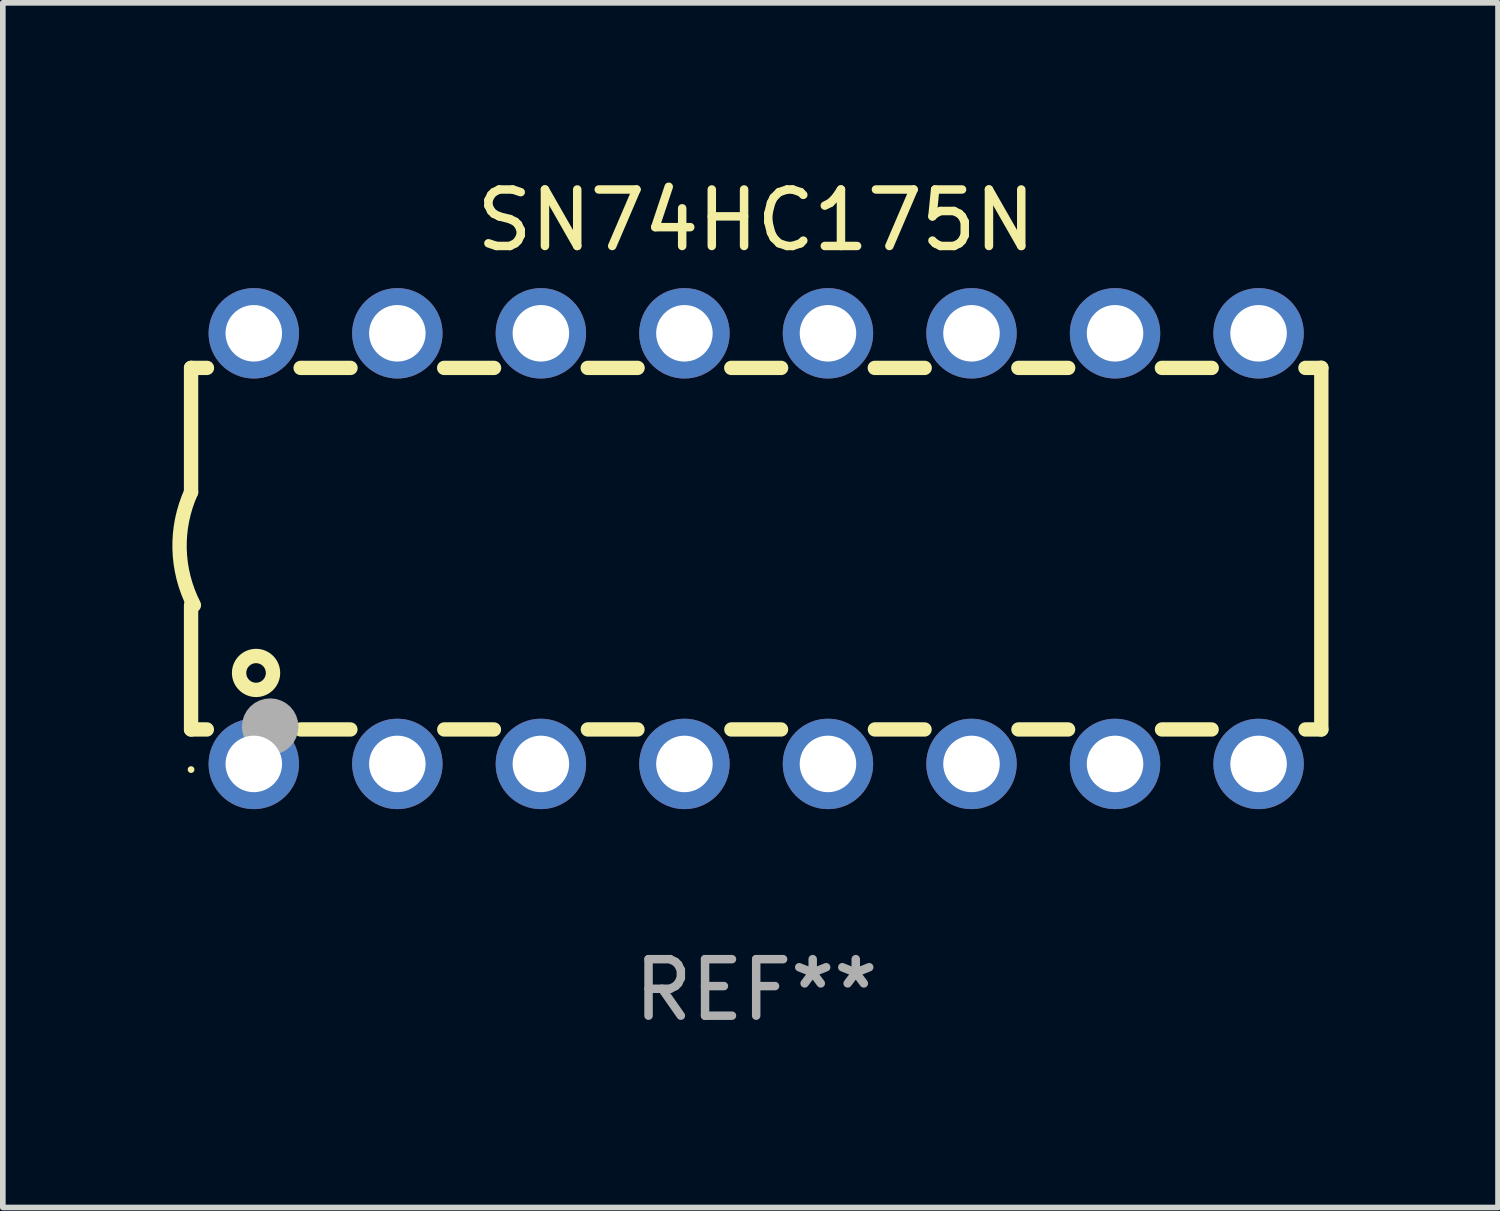
<source format=kicad_pcb>
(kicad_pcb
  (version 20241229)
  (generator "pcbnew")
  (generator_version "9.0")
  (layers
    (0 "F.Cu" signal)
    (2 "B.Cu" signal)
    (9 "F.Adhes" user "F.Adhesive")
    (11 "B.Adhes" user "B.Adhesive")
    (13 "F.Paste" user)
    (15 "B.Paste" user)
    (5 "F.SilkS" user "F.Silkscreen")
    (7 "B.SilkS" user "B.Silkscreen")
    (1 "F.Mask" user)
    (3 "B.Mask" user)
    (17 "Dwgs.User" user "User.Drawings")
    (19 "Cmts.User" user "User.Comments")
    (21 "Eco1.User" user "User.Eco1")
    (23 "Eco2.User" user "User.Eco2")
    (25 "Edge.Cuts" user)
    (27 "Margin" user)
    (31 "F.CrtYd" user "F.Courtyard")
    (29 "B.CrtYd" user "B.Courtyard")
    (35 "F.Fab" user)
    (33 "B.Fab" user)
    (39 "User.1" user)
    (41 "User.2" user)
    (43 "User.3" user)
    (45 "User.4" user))
  (footprint "SN74HC175N"
    (layer "F.Cu")
    (at 10.331 6.658)
    (property "Reference" "SN74HC175N" (at 0 -5.81 0) (layer "F.SilkS") (effects (font (size 1 1) (thickness 0.15))))
    (attr through_hole)
    (fp_line (start -10 -3.198) (end -9.719 -3.198) (stroke (width 0.254) (type solid)) (layer "F.SilkS"))
    (fp_line (start -10 -0.998) (end -10 -3.198) (stroke (width 0.254) (type solid)) (layer "F.SilkS"))
    (fp_line (start -10 3.2) (end -10 1) (stroke (width 0.254) (type solid)) (layer "F.SilkS"))
    (fp_line (start -10 3.2) (end -9.721 3.2) (stroke (width 0.254) (type solid)) (layer "F.SilkS"))
    (fp_line (start -8.061 -3.198) (end -7.179 -3.198) (stroke (width 0.254) (type solid)) (layer "F.SilkS"))
    (fp_line (start -8.059 3.2) (end -7.181 3.2) (stroke (width 0.254) (type solid)) (layer "F.SilkS"))
    (fp_line (start -5.521 -3.198) (end -4.639 -3.198) (stroke (width 0.254) (type solid)) (layer "F.SilkS"))
    (fp_line (start -5.519 3.2) (end -4.641 3.2) (stroke (width 0.254) (type solid)) (layer "F.SilkS"))
    (fp_line (start -2.981 -3.198) (end -2.099 -3.198) (stroke (width 0.254) (type solid)) (layer "F.SilkS"))
    (fp_line (start -2.979 3.2) (end -2.101 3.2) (stroke (width 0.254) (type solid)) (layer "F.SilkS"))
    (fp_line (start -0.441 -3.198) (end 0.441 -3.198) (stroke (width 0.254) (type solid)) (layer "F.SilkS"))
    (fp_line (start -0.439 3.2) (end 0.439 3.2) (stroke (width 0.254) (type solid)) (layer "F.SilkS"))
    (fp_line (start 2.099 -3.198) (end 2.981 -3.198) (stroke (width 0.254) (type solid)) (layer "F.SilkS"))
    (fp_line (start 2.101 3.2) (end 2.979 3.2) (stroke (width 0.254) (type solid)) (layer "F.SilkS"))
    (fp_line (start 4.639 -3.198) (end 5.521 -3.198) (stroke (width 0.254) (type solid)) (layer "F.SilkS"))
    (fp_line (start 4.641 3.2) (end 5.519 3.2) (stroke (width 0.254) (type solid)) (layer "F.SilkS"))
    (fp_line (start 7.179 -3.198) (end 8.061 -3.198) (stroke (width 0.254) (type solid)) (layer "F.SilkS"))
    (fp_line (start 7.181 3.2) (end 8.059 3.2) (stroke (width 0.254) (type solid)) (layer "F.SilkS"))
    (fp_line (start 9.719 -3.198) (end 10 -3.198) (stroke (width 0.254) (type solid)) (layer "F.SilkS"))
    (fp_line (start 9.721 3.2) (end 10 3.2) (stroke (width 0.254) (type solid)) (layer "F.SilkS"))
    (fp_line (start 10 3.2) (end 10 -3.2) (stroke (width 0.254) (type solid)) (layer "F.SilkS"))
    (fp_arc (start -9.949962 1) (mid -10.203153 0.005709) (end -10 -1) (stroke (width 0.254001) (type solid)) (layer "F.SilkS"))
    (fp_circle (center -10 3.91) (end -9.97 3.91) (stroke (width 0.06) (type solid)) (fill no) (layer "F.SilkS"))
    (fp_circle (center -8.85 2.2) (end -8.55 2.2) (stroke (width 0.254) (type solid)) (fill no) (layer "F.SilkS"))
    (fp_circle (center -8.6 3.15) (end -8.35 3.15) (stroke (width 0.5) (type solid)) (fill no) (layer "F.Fab"))
    (fp_text user "REF**" (at 0 7.81 0) (layer "F.Fab") (effects (font (size 1 1) (thickness 0.15))))
    (pad "1" thru_hole circle (at -8.89 3.81) (size 1.6 1.6) (drill 1) (layers "*.Cu" "*.Mask"))
    (pad "2" thru_hole circle (at -6.35 3.81) (size 1.6 1.6) (drill 1) (layers "*.Cu" "*.Mask"))
    (pad "3" thru_hole circle (at -3.81 3.81) (size 1.6 1.6) (drill 1) (layers "*.Cu" "*.Mask"))
    (pad "4" thru_hole circle (at -1.27 3.81) (size 1.6 1.6) (drill 1) (layers "*.Cu" "*.Mask"))
    (pad "5" thru_hole circle (at 1.27 3.81) (size 1.6 1.6) (drill 1) (layers "*.Cu" "*.Mask"))
    (pad "6" thru_hole circle (at 3.81 3.81) (size 1.6 1.6) (drill 1) (layers "*.Cu" "*.Mask"))
    (pad "7" thru_hole circle (at 6.35 3.81) (size 1.6 1.6) (drill 1) (layers "*.Cu" "*.Mask"))
    (pad "8" thru_hole circle (at 8.89 3.81) (size 1.6 1.6) (drill 1) (layers "*.Cu" "*.Mask"))
    (pad "9" thru_hole circle (at 8.89 -3.81) (size 1.6 1.6) (drill 1) (layers "*.Cu" "*.Mask"))
    (pad "10" thru_hole circle (at 6.35 -3.81) (size 1.6 1.6) (drill 1) (layers "*.Cu" "*.Mask"))
    (pad "11" thru_hole circle (at 3.81 -3.81) (size 1.6 1.6) (drill 1) (layers "*.Cu" "*.Mask"))
    (pad "12" thru_hole circle (at 1.27 -3.81) (size 1.6 1.6) (drill 1) (layers "*.Cu" "*.Mask"))
    (pad "13" thru_hole circle (at -1.27 -3.81) (size 1.6 1.6) (drill 1) (layers "*.Cu" "*.Mask"))
    (pad "14" thru_hole circle (at -3.81 -3.81) (size 1.6 1.6) (drill 1) (layers "*.Cu" "*.Mask"))
    (pad "15" thru_hole circle (at -6.35 -3.81) (size 1.6 1.6) (drill 1) (layers "*.Cu" "*.Mask"))
    (pad "16" thru_hole circle (at -8.89 -3.81) (size 1.6 1.6) (drill 1) (layers "*.Cu" "*.Mask")))
  (gr_rect
    (start -3 -3)
    (end 23.458 18.317)
    (stroke (width 0.1) (type default))
    (fill no)
    (layer "Edge.Cuts")))
</source>
